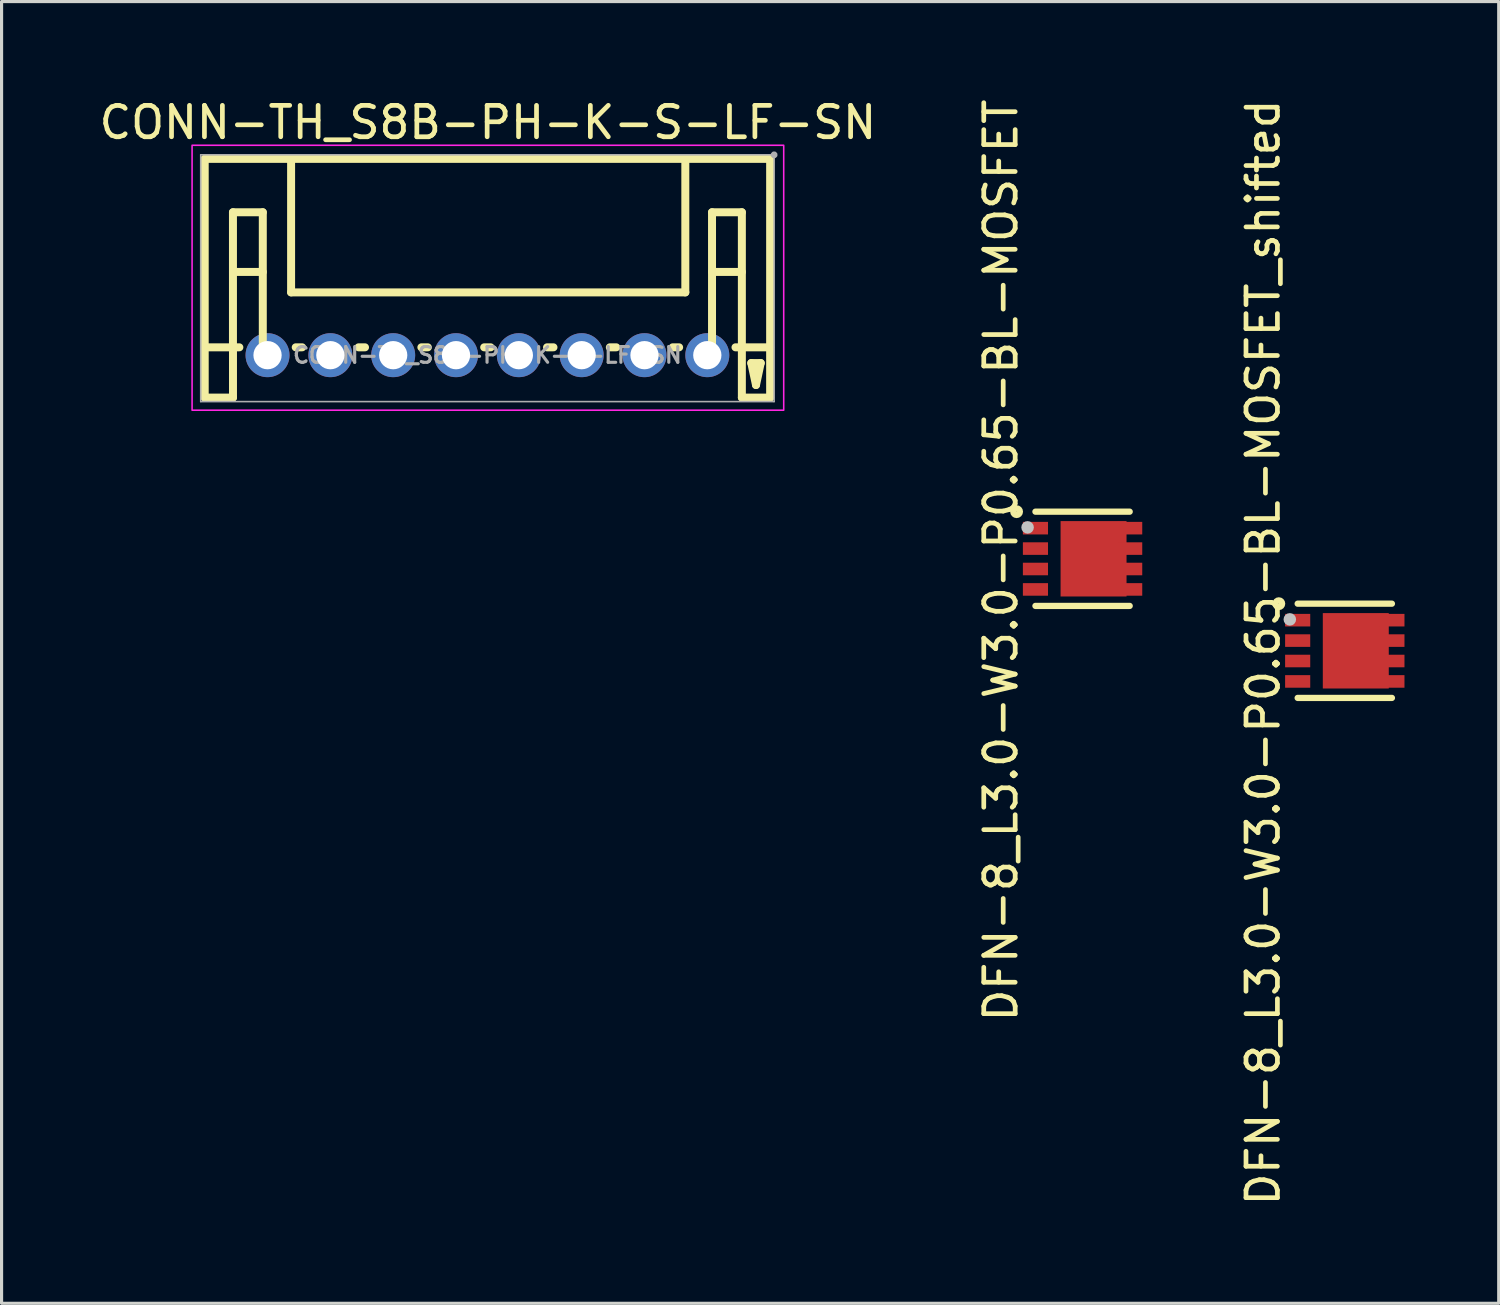
<source format=kicad_pcb>
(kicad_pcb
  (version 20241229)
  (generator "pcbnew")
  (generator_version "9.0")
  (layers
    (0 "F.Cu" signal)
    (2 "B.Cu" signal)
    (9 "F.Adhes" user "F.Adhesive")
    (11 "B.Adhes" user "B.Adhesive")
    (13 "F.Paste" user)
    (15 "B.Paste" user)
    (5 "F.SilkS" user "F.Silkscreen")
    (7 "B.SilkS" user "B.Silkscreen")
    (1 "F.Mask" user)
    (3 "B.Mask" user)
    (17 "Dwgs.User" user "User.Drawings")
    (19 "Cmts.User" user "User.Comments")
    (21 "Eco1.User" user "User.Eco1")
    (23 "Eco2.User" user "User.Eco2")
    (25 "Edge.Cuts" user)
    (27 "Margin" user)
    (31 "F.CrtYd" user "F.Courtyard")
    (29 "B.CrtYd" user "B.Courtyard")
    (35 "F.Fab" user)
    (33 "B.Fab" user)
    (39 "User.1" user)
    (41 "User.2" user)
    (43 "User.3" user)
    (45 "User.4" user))
  (footprint "DFN-8_L3.0-W3.0-P0.65-BL-MOSFET"
    (layer "F.Cu")
    (at 31.413 14.739)
    (property "Reference" "DFN-8_L3.0-W3.0-P0.65-BL-MOSFET" (at -2.6 0.052 90) (layer "F.SilkS") (effects (font (size 1 1) (thickness 0.15))))
    (fp_line (start 1.5 -1.5) (end -1.5 -1.5) (stroke (width 0.2) (type default)) (layer "F.SilkS"))
    (fp_line (start 1.5 1.5) (end -1.5 1.5) (stroke (width 0.2) (type default)) (layer "F.SilkS"))
    (fp_circle (center -2.1 -1.5) (end -2.1 -1.395) (stroke (width 0.2) (type default)) (fill no) (layer "F.SilkS"))
    (fp_rect (start -1.9 -1.175) (end -1.1 -0.775) (stroke (width 0) (type default)) (fill yes) (layer "F.Paste"))
    (fp_rect (start -1.9 -0.524) (end -1.1 -0.124) (stroke (width 0) (type default)) (fill yes) (layer "F.Paste"))
    (fp_rect (start -1.9 0.126) (end -1.1 0.525) (stroke (width 0) (type default)) (fill yes) (layer "F.Paste"))
    (fp_rect (start -1.9 0.775) (end -1.1 1.175) (stroke (width 0) (type default)) (fill yes) (layer "F.Paste"))
    (fp_poly (pts (xy -0.7 1.2) (xy -0.7 -1.2) (xy 1.4 -1.2) (xy 1.4 -1.175) (xy 1.9 -1.175) (xy 1.9 -0.775) (xy 1.4 -0.775) (xy 1.4 -0.525) (xy 1.9 -0.525) (xy 1.9 -0.125) (xy 1.4 -0.125) (xy 1.4 0.125) (xy 1.9 0.125) (xy 1.9 0.525) (xy 1.4 0.525) (xy 1.4 0.775) (xy 1.9 0.775) (xy 1.9 1.175) (xy 1.4 1.175) (xy 1.4 1.2)) (stroke (width 0) (type default)) (fill yes) (layer "F.Paste"))
    (fp_circle (center -1.75 -1) (end -1.75 -0.9) (stroke (width 0.2) (type default)) (fill no) (layer "Dwgs.User"))
    (fp_rect (start -1.6 -1.125) (end -1.2 -0.825) (stroke (width 0.1) (type default)) (fill no) (layer "User.1"))
    (fp_rect (start -1.6 -0.475) (end -1.2 -0.175) (stroke (width 0.1) (type default)) (fill no) (layer "User.1"))
    (fp_rect (start -1.6 0.175) (end -1.2 0.475) (stroke (width 0.1) (type default)) (fill no) (layer "User.1"))
    (fp_rect (start -1.6 0.825) (end -1.2 1.125) (stroke (width 0.1) (type default)) (fill no) (layer "User.1"))
    (fp_rect (start -0.65 -1.175) (end 1.35 1.175) (stroke (width 0.1) (type default)) (fill no) (layer "User.1"))
    (fp_rect (start 1.2 -1.125) (end 1.6 -0.825) (stroke (width 0.1) (type default)) (fill no) (layer "User.1"))
    (fp_rect (start 1.2 -0.475) (end 1.6 -0.175) (stroke (width 0.1) (type default)) (fill no) (layer "User.1"))
    (fp_rect (start 1.2 0.175) (end 1.6 0.475) (stroke (width 0.1) (type default)) (fill no) (layer "User.1"))
    (fp_rect (start 1.2 0.825) (end 1.6 1.125) (stroke (width 0.1) (type default)) (fill no) (layer "User.1"))
    (fp_line (start -1.5 -1.5) (end 1.5 -1.5) (stroke (width 0.051) (type default)) (layer "User.2"))
    (fp_line (start -1.5 1.5) (end -1.5 -1.5) (stroke (width 0.051) (type default)) (layer "User.2"))
    (fp_line (start 1.5 -1.5) (end 1.5 1.5) (stroke (width 0.051) (type default)) (layer "User.2"))
    (fp_line (start 1.5 1.5) (end -1.5 1.5) (stroke (width 0.051) (type default)) (layer "User.2"))
    (fp_poly (pts (xy -1.577 -1.445) (xy -1.545 -1.477) (xy -1.545 -1.523) (xy -1.577 -1.555) (xy -1.623 -1.555) (xy -1.655 -1.523) (xy -1.655 -1.477) (xy -1.623 -1.445)) (stroke (width 0.1) (type default)) (fill no) (layer "User.3"))
    (pad "1" smd rect (at -1.5 -0.975 90) (size 0.4 0.8) (layers "F.Cu" "F.Mask" "F.Paste"))
    (pad "1" smd rect (at -1.5 -0.325 90) (size 0.4 0.8) (layers "F.Cu" "F.Mask" "F.Paste"))
    (pad "1" smd rect (at -1.5 0.325 90) (size 0.4 0.8) (layers "F.Cu" "F.Mask" "F.Paste"))
    (pad "2" smd rect (at -1.5 0.975 90) (size 0.4 0.8) (layers "F.Cu" "F.Mask" "F.Paste"))
    (pad "3" smd rect (at 0.35 0 270) (size 2.4 2.1) (layers "F.Cu" "F.Mask" "F.Paste"))
    (pad "3" smd rect (at 1.5 -0.975 90) (size 0.4 0.8) (layers "F.Cu" "F.Mask" "F.Paste"))
    (pad "3" smd rect (at 1.5 -0.325 90) (size 0.4 0.8) (layers "F.Cu" "F.Mask" "F.Paste"))
    (pad "3" smd rect (at 1.5 0.325 90) (size 0.4 0.8) (layers "F.Cu" "F.Mask" "F.Paste"))
    (pad "3" smd rect (at 1.5 0.975 90) (size 0.4 0.8) (layers "F.Cu" "F.Mask" "F.Paste")))
  (footprint "DFN-8_L3.0-W3.0-P0.65-BL-MOSFET_shifted"
    (layer "F.Cu")
    (at 38.891 17.668)
    (property "Reference" "DFN-8_L3.0-W3.0-P0.65-BL-MOSFET_shifted" (at -1.73 0.052 90) (layer "F.SilkS") (effects (font (size 1 1) (thickness 0.15))))
    (fp_line (start 2.37 -1.5) (end -0.63 -1.5) (stroke (width 0.2) (type default)) (layer "F.SilkS"))
    (fp_line (start 2.37 1.5) (end -0.63 1.5) (stroke (width 0.2) (type default)) (layer "F.SilkS"))
    (fp_circle (center -1.23 -1.5) (end -1.23 -1.395) (stroke (width 0.2) (type default)) (fill no) (layer "F.SilkS"))
    (fp_rect (start -1.03 -1.175) (end -0.23 -0.775) (stroke (width 0) (type default)) (fill yes) (layer "F.Paste"))
    (fp_rect (start -1.03 -0.524) (end -0.23 -0.124) (stroke (width 0) (type default)) (fill yes) (layer "F.Paste"))
    (fp_rect (start -1.03 0.126) (end -0.23 0.525) (stroke (width 0) (type default)) (fill yes) (layer "F.Paste"))
    (fp_rect (start -1.03 0.775) (end -0.23 1.175) (stroke (width 0) (type default)) (fill yes) (layer "F.Paste"))
    (fp_poly (pts (xy 0.17 1.2) (xy 0.17 -1.2) (xy 2.27 -1.2) (xy 2.27 -1.175) (xy 2.77 -1.175) (xy 2.77 -0.775) (xy 2.27 -0.775) (xy 2.27 -0.525) (xy 2.77 -0.525) (xy 2.77 -0.125) (xy 2.27 -0.125) (xy 2.27 0.125) (xy 2.77 0.125) (xy 2.77 0.525) (xy 2.27 0.525) (xy 2.27 0.775) (xy 2.77 0.775) (xy 2.77 1.175) (xy 2.27 1.175) (xy 2.27 1.2)) (stroke (width 0) (type default)) (fill yes) (layer "F.Paste"))
    (fp_circle (center -0.88 -1) (end -0.88 -0.9) (stroke (width 0.2) (type default)) (fill no) (layer "Dwgs.User"))
    (fp_rect (start -0.73 -1.125) (end -0.33 -0.825) (stroke (width 0.1) (type default)) (fill no) (layer "User.1"))
    (fp_rect (start -0.73 -0.475) (end -0.33 -0.175) (stroke (width 0.1) (type default)) (fill no) (layer "User.1"))
    (fp_rect (start -0.73 0.175) (end -0.33 0.475) (stroke (width 0.1) (type default)) (fill no) (layer "User.1"))
    (fp_rect (start -0.73 0.825) (end -0.33 1.125) (stroke (width 0.1) (type default)) (fill no) (layer "User.1"))
    (fp_rect (start 0.22 -1.175) (end 2.22 1.175) (stroke (width 0.1) (type default)) (fill no) (layer "User.1"))
    (fp_rect (start 2.07 -1.125) (end 2.47 -0.825) (stroke (width 0.1) (type default)) (fill no) (layer "User.1"))
    (fp_rect (start 2.07 -0.475) (end 2.47 -0.175) (stroke (width 0.1) (type default)) (fill no) (layer "User.1"))
    (fp_rect (start 2.07 0.175) (end 2.47 0.475) (stroke (width 0.1) (type default)) (fill no) (layer "User.1"))
    (fp_rect (start 2.07 0.825) (end 2.47 1.125) (stroke (width 0.1) (type default)) (fill no) (layer "User.1"))
    (fp_line (start -0.63 -1.5) (end 2.37 -1.5) (stroke (width 0.051) (type default)) (layer "User.2"))
    (fp_line (start -0.63 1.5) (end -0.63 -1.5) (stroke (width 0.051) (type default)) (layer "User.2"))
    (fp_line (start 2.37 -1.5) (end 2.37 1.5) (stroke (width 0.051) (type default)) (layer "User.2"))
    (fp_line (start 2.37 1.5) (end -0.63 1.5) (stroke (width 0.051) (type default)) (layer "User.2"))
    (fp_poly (pts (xy -0.707 -1.445) (xy -0.675 -1.477) (xy -0.675 -1.523) (xy -0.707 -1.555) (xy -0.753 -1.555) (xy -0.785 -1.523) (xy -0.785 -1.477) (xy -0.753 -1.445)) (stroke (width 0.1) (type default)) (fill no) (layer "User.3"))
    (pad "1" smd rect (at -0.63 -0.975 90) (size 0.4 0.8) (layers "F.Cu" "F.Mask" "F.Paste"))
    (pad "1" smd rect (at -0.63 -0.325 90) (size 0.4 0.8) (layers "F.Cu" "F.Mask" "F.Paste"))
    (pad "1" smd rect (at -0.63 0.325 90) (size 0.4 0.8) (layers "F.Cu" "F.Mask" "F.Paste"))
    (pad "2" smd rect (at -0.63 0.975 90) (size 0.4 0.8) (layers "F.Cu" "F.Mask" "F.Paste"))
    (pad "3" smd rect (at 1.22 0 270) (size 2.4 2.1) (layers "F.Cu" "F.Mask" "F.Paste"))
    (pad "3" smd rect (at 2.37 -0.975 90) (size 0.4 0.8) (layers "F.Cu" "F.Mask" "F.Paste"))
    (pad "3" smd rect (at 2.37 -0.325 90) (size 0.4 0.8) (layers "F.Cu" "F.Mask" "F.Paste"))
    (pad "3" smd rect (at 2.37 0.325 90) (size 0.4 0.8) (layers "F.Cu" "F.Mask" "F.Paste"))
    (pad "3" smd rect (at 2.37 0.975 90) (size 0.4 0.8) (layers "F.Cu" "F.Mask" "F.Paste")))
  (footprint "CONN-TH_S8B-PH-K-S-LF-SN"
    (layer "F.Cu")
    (at 12.467 8.257)
    (property "Reference" "CONN-TH_S8B-PH-K-S-LF-SN" (at 0.015 -7.408 0) (layer "F.SilkS") (effects (font (size 1 1) (thickness 0.15))))
    (fp_line (start -9 -6.25) (end 9 -6.25) (stroke (width 0.254) (type default)) (layer "F.SilkS"))
    (fp_line (start -9 -0.25) (end -9 -6.25) (stroke (width 0.254) (type default)) (layer "F.SilkS"))
    (fp_line (start -9 -0.25) (end -9 1.35) (stroke (width 0.254) (type default)) (layer "F.SilkS"))
    (fp_line (start -9 -0.25) (end -7.897 -0.25) (stroke (width 0.254) (type default)) (layer "F.SilkS"))
    (fp_line (start -9 1.35) (end -8.1 1.35) (stroke (width 0.254) (type default)) (layer "F.SilkS"))
    (fp_line (start -8.101 -4.55) (end -7.151 -4.55) (stroke (width 0.254) (type default)) (layer "F.SilkS"))
    (fp_line (start -8.101 -2.65) (end -7.151 -2.65) (stroke (width 0.254) (type default)) (layer "F.SilkS"))
    (fp_line (start -8.101 -0.25) (end -8.101 -4.55) (stroke (width 0.254) (type default)) (layer "F.SilkS"))
    (fp_line (start -8.1 1.35) (end -8.1 -0.25) (stroke (width 0.254) (type default)) (layer "F.SilkS"))
    (fp_line (start -7.151 -4.55) (end -7.151 -0.25) (stroke (width 0.254) (type default)) (layer "F.SilkS"))
    (fp_line (start -6.25 -6.251) (end -6.25 -1.999) (stroke (width 0.254) (type default)) (layer "F.SilkS"))
    (fp_line (start -6.25 -1.999) (end 6.3 -1.999) (stroke (width 0.254) (type default)) (layer "F.SilkS"))
    (fp_line (start -6.25 -6.25) (end -6.25 -6.251) (stroke (width 0.254) (type default)) (layer "F.SilkS"))
    (fp_line (start -6.103 -0.25) (end -5.897 -0.25) (stroke (width 0.254) (type default)) (layer "F.SilkS"))
    (fp_line (start -4.103 -0.25) (end -3.897 -0.25) (stroke (width 0.254) (type default)) (layer "F.SilkS"))
    (fp_line (start -2.103 -0.25) (end -1.897 -0.25) (stroke (width 0.254) (type default)) (layer "F.SilkS"))
    (fp_line (start -0.103 -0.25) (end 0.103 -0.25) (stroke (width 0.254) (type default)) (layer "F.SilkS"))
    (fp_line (start 1.897 -0.25) (end 2.103 -0.25) (stroke (width 0.254) (type default)) (layer "F.SilkS"))
    (fp_line (start 3.897 -0.25) (end 4.103 -0.25) (stroke (width 0.254) (type default)) (layer "F.SilkS"))
    (fp_line (start 5.897 -0.25) (end 6.103 -0.25) (stroke (width 0.254) (type default)) (layer "F.SilkS"))
    (fp_line (start 6.3 -1.999) (end 6.3 -6.251) (stroke (width 0.254) (type default)) (layer "F.SilkS"))
    (fp_line (start 7.15 -4.55) (end 8.1 -4.55) (stroke (width 0.254) (type default)) (layer "F.SilkS"))
    (fp_line (start 7.15 -2.65) (end 8.1 -2.65) (stroke (width 0.254) (type default)) (layer "F.SilkS"))
    (fp_line (start 7.15 -0.25) (end 7.15 -4.55) (stroke (width 0.254) (type default)) (layer "F.SilkS"))
    (fp_line (start 7.897 -0.25) (end 9 -0.25) (stroke (width 0.254) (type default)) (layer "F.SilkS"))
    (fp_line (start 8.1 -4.55) (end 8.1 -0.25) (stroke (width 0.254) (type default)) (layer "F.SilkS"))
    (fp_line (start 8.1 1.35) (end 8.1 -0.25) (stroke (width 0.254) (type default)) (layer "F.SilkS"))
    (fp_line (start 8.4 0.25) (end 8.7 0.25) (stroke (width 0.254) (type default)) (layer "F.SilkS"))
    (fp_line (start 8.55 0.95) (end 8.4 0.25) (stroke (width 0.254) (type default)) (layer "F.SilkS"))
    (fp_line (start 8.7 0.25) (end 8.55 0.95) (stroke (width 0.254) (type default)) (layer "F.SilkS"))
    (fp_line (start 9 -6.25) (end 9 -0.25) (stroke (width 0.254) (type default)) (layer "F.SilkS"))
    (fp_line (start 9 -0.25) (end 9 1.35) (stroke (width 0.254) (type default)) (layer "F.SilkS"))
    (fp_line (start 9 1.35) (end 8.1 1.35) (stroke (width 0.254) (type default)) (layer "F.SilkS"))
    (fp_rect (start -9.402 -6.683) (end 9.432 1.752) (stroke (width 0.05) (type default)) (fill no) (layer "F.CrtYd"))
    (fp_line (start -9.127 -6.378) (end 9.127 -6.378) (stroke (width 0.051) (type default)) (layer "F.Fab"))
    (fp_line (start -9.127 1.477) (end -9.127 -6.378) (stroke (width 0.051) (type default)) (layer "F.Fab"))
    (fp_line (start 9.127 -6.378) (end 9.127 1.477) (stroke (width 0.051) (type default)) (layer "F.Fab"))
    (fp_line (start 9.127 1.477) (end -9.127 1.477) (stroke (width 0.051) (type default)) (layer "F.Fab"))
    (fp_poly (pts (xy 9.182 -6.401) (xy 9.15 -6.433) (xy 9.104 -6.433) (xy 9.072 -6.401) (xy 9.072 -6.355) (xy 9.104 -6.323) (xy 9.15 -6.323) (xy 9.182 -6.355)) (stroke (width 0.1) (type default)) (fill no) (layer "F.Fab"))
    (fp_poly (pts (xy -6.653 -0.046) (xy -6.677 -0.134) (xy -6.722 -0.213) (xy -6.787 -0.278) (xy -6.866 -0.323) (xy -6.954 -0.347) (xy -7.046 -0.347) (xy -7.134 -0.323) (xy -7.213 -0.278) (xy -7.278 -0.213) (xy -7.323 -0.134) (xy -7.347 -0.046) (xy -7.347 0.046) (xy -7.323 0.134) (xy -7.278 0.213) (xy -7.213 0.278) (xy -7.134 0.323) (xy -7.046 0.347) (xy -6.954 0.347) (xy -6.866 0.323) (xy -6.787 0.278) (xy -6.722 0.213) (xy -6.677 0.134) (xy -6.653 0.046)) (stroke (width 0.1) (type default)) (fill no) (layer "User.1"))
    (fp_poly (pts (xy -4.653 -0.046) (xy -4.677 -0.134) (xy -4.722 -0.213) (xy -4.787 -0.278) (xy -4.866 -0.323) (xy -4.954 -0.347) (xy -5.046 -0.347) (xy -5.134 -0.323) (xy -5.213 -0.278) (xy -5.278 -0.213) (xy -5.323 -0.134) (xy -5.347 -0.046) (xy -5.347 0.046) (xy -5.323 0.134) (xy -5.278 0.213) (xy -5.213 0.278) (xy -5.134 0.323) (xy -5.046 0.347) (xy -4.954 0.347) (xy -4.866 0.323) (xy -4.787 0.278) (xy -4.722 0.213) (xy -4.677 0.134) (xy -4.653 0.046)) (stroke (width 0.1) (type default)) (fill no) (layer "User.1"))
    (fp_poly (pts (xy -2.653 -0.046) (xy -2.677 -0.134) (xy -2.722 -0.213) (xy -2.787 -0.278) (xy -2.866 -0.323) (xy -2.954 -0.347) (xy -3.046 -0.347) (xy -3.134 -0.323) (xy -3.213 -0.278) (xy -3.278 -0.213) (xy -3.323 -0.134) (xy -3.347 -0.046) (xy -3.347 0.046) (xy -3.323 0.134) (xy -3.278 0.213) (xy -3.213 0.278) (xy -3.134 0.323) (xy -3.046 0.347) (xy -2.954 0.347) (xy -2.866 0.323) (xy -2.787 0.278) (xy -2.722 0.213) (xy -2.677 0.134) (xy -2.653 0.046)) (stroke (width 0.1) (type default)) (fill no) (layer "User.1"))
    (fp_poly (pts (xy -0.653 -0.046) (xy -0.677 -0.134) (xy -0.722 -0.213) (xy -0.787 -0.278) (xy -0.866 -0.323) (xy -0.954 -0.347) (xy -1.046 -0.347) (xy -1.134 -0.323) (xy -1.213 -0.278) (xy -1.278 -0.213) (xy -1.323 -0.134) (xy -1.347 -0.046) (xy -1.347 0.046) (xy -1.323 0.134) (xy -1.278 0.213) (xy -1.213 0.278) (xy -1.134 0.323) (xy -1.046 0.347) (xy -0.954 0.347) (xy -0.866 0.323) (xy -0.787 0.278) (xy -0.722 0.213) (xy -0.677 0.134) (xy -0.653 0.046)) (stroke (width 0.1) (type default)) (fill no) (layer "User.1"))
    (fp_poly (pts (xy 1.347 -0.046) (xy 1.323 -0.134) (xy 1.278 -0.213) (xy 1.213 -0.278) (xy 1.134 -0.323) (xy 1.046 -0.347) (xy 0.954 -0.347) (xy 0.866 -0.323) (xy 0.787 -0.278) (xy 0.722 -0.213) (xy 0.677 -0.134) (xy 0.653 -0.046) (xy 0.653 0.046) (xy 0.677 0.134) (xy 0.722 0.213) (xy 0.787 0.278) (xy 0.866 0.323) (xy 0.954 0.347) (xy 1.046 0.347) (xy 1.134 0.323) (xy 1.213 0.278) (xy 1.278 0.213) (xy 1.323 0.134) (xy 1.347 0.046)) (stroke (width 0.1) (type default)) (fill no) (layer "User.1"))
    (fp_poly (pts (xy 3.347 -0.046) (xy 3.323 -0.134) (xy 3.278 -0.213) (xy 3.213 -0.278) (xy 3.134 -0.323) (xy 3.046 -0.347) (xy 2.954 -0.347) (xy 2.866 -0.323) (xy 2.787 -0.278) (xy 2.722 -0.213) (xy 2.677 -0.134) (xy 2.653 -0.046) (xy 2.653 0.046) (xy 2.677 0.134) (xy 2.722 0.213) (xy 2.787 0.278) (xy 2.866 0.323) (xy 2.954 0.347) (xy 3.046 0.347) (xy 3.134 0.323) (xy 3.213 0.278) (xy 3.278 0.213) (xy 3.323 0.134) (xy 3.347 0.046)) (stroke (width 0.1) (type default)) (fill no) (layer "User.1"))
    (fp_poly (pts (xy 5.347 -0.046) (xy 5.323 -0.134) (xy 5.278 -0.213) (xy 5.213 -0.278) (xy 5.134 -0.323) (xy 5.046 -0.347) (xy 4.954 -0.347) (xy 4.866 -0.323) (xy 4.787 -0.278) (xy 4.722 -0.213) (xy 4.677 -0.134) (xy 4.653 -0.046) (xy 4.653 0.046) (xy 4.677 0.134) (xy 4.722 0.213) (xy 4.787 0.278) (xy 4.866 0.323) (xy 4.954 0.347) (xy 5.046 0.347) (xy 5.134 0.323) (xy 5.213 0.278) (xy 5.278 0.213) (xy 5.323 0.134) (xy 5.347 0.046)) (stroke (width 0.1) (type default)) (fill no) (layer "User.1"))
    (fp_poly (pts (xy 7.347 -0.046) (xy 7.323 -0.134) (xy 7.278 -0.213) (xy 7.213 -0.278) (xy 7.134 -0.323) (xy 7.046 -0.347) (xy 6.954 -0.347) (xy 6.866 -0.323) (xy 6.787 -0.278) (xy 6.722 -0.213) (xy 6.677 -0.134) (xy 6.653 -0.046) (xy 6.653 0.046) (xy 6.677 0.134) (xy 6.722 0.213) (xy 6.787 0.278) (xy 6.866 0.323) (xy 6.954 0.347) (xy 7.046 0.347) (xy 7.134 0.323) (xy 7.213 0.278) (xy 7.278 0.213) (xy 7.323 0.134) (xy 7.347 0.046)) (stroke (width 0.1) (type default)) (fill no) (layer "User.1"))
    (fp_text user "${REFERENCE}" (at 0 0 0) (layer "F.Fab") (effects (font (size 0.5 0.5) (thickness 0.1))))
    (pad "1" thru_hole circle (at 7 0) (size 1.4 1.4) (drill 0.9) (layers "*.Cu" "*.Mask"))
    (pad "2" thru_hole circle (at 5 0) (size 1.4 1.4) (drill 0.9) (layers "*.Cu" "*.Mask"))
    (pad "3" thru_hole circle (at 3 0) (size 1.4 1.4) (drill 0.9) (layers "*.Cu" "*.Mask"))
    (pad "4" thru_hole circle (at 1 0) (size 1.4 1.4) (drill 0.9) (layers "*.Cu" "*.Mask"))
    (pad "5" thru_hole circle (at -1 0) (size 1.4 1.4) (drill 0.9) (layers "*.Cu" "*.Mask"))
    (pad "6" thru_hole circle (at -3 0) (size 1.4 1.4) (drill 0.9) (layers "*.Cu" "*.Mask"))
    (pad "7" thru_hole circle (at -5 0) (size 1.4 1.4) (drill 0.9) (layers "*.Cu" "*.Mask"))
    (pad "8" thru_hole circle (at -7 0) (size 1.4 1.4) (drill 0.9) (layers "*.Cu" "*.Mask")))
  (gr_rect
    (start -3 -3)
    (end 44.661 38.44)
    (stroke (width 0.1) (type default))
    (fill no)
    (layer "Edge.Cuts")))
</source>
